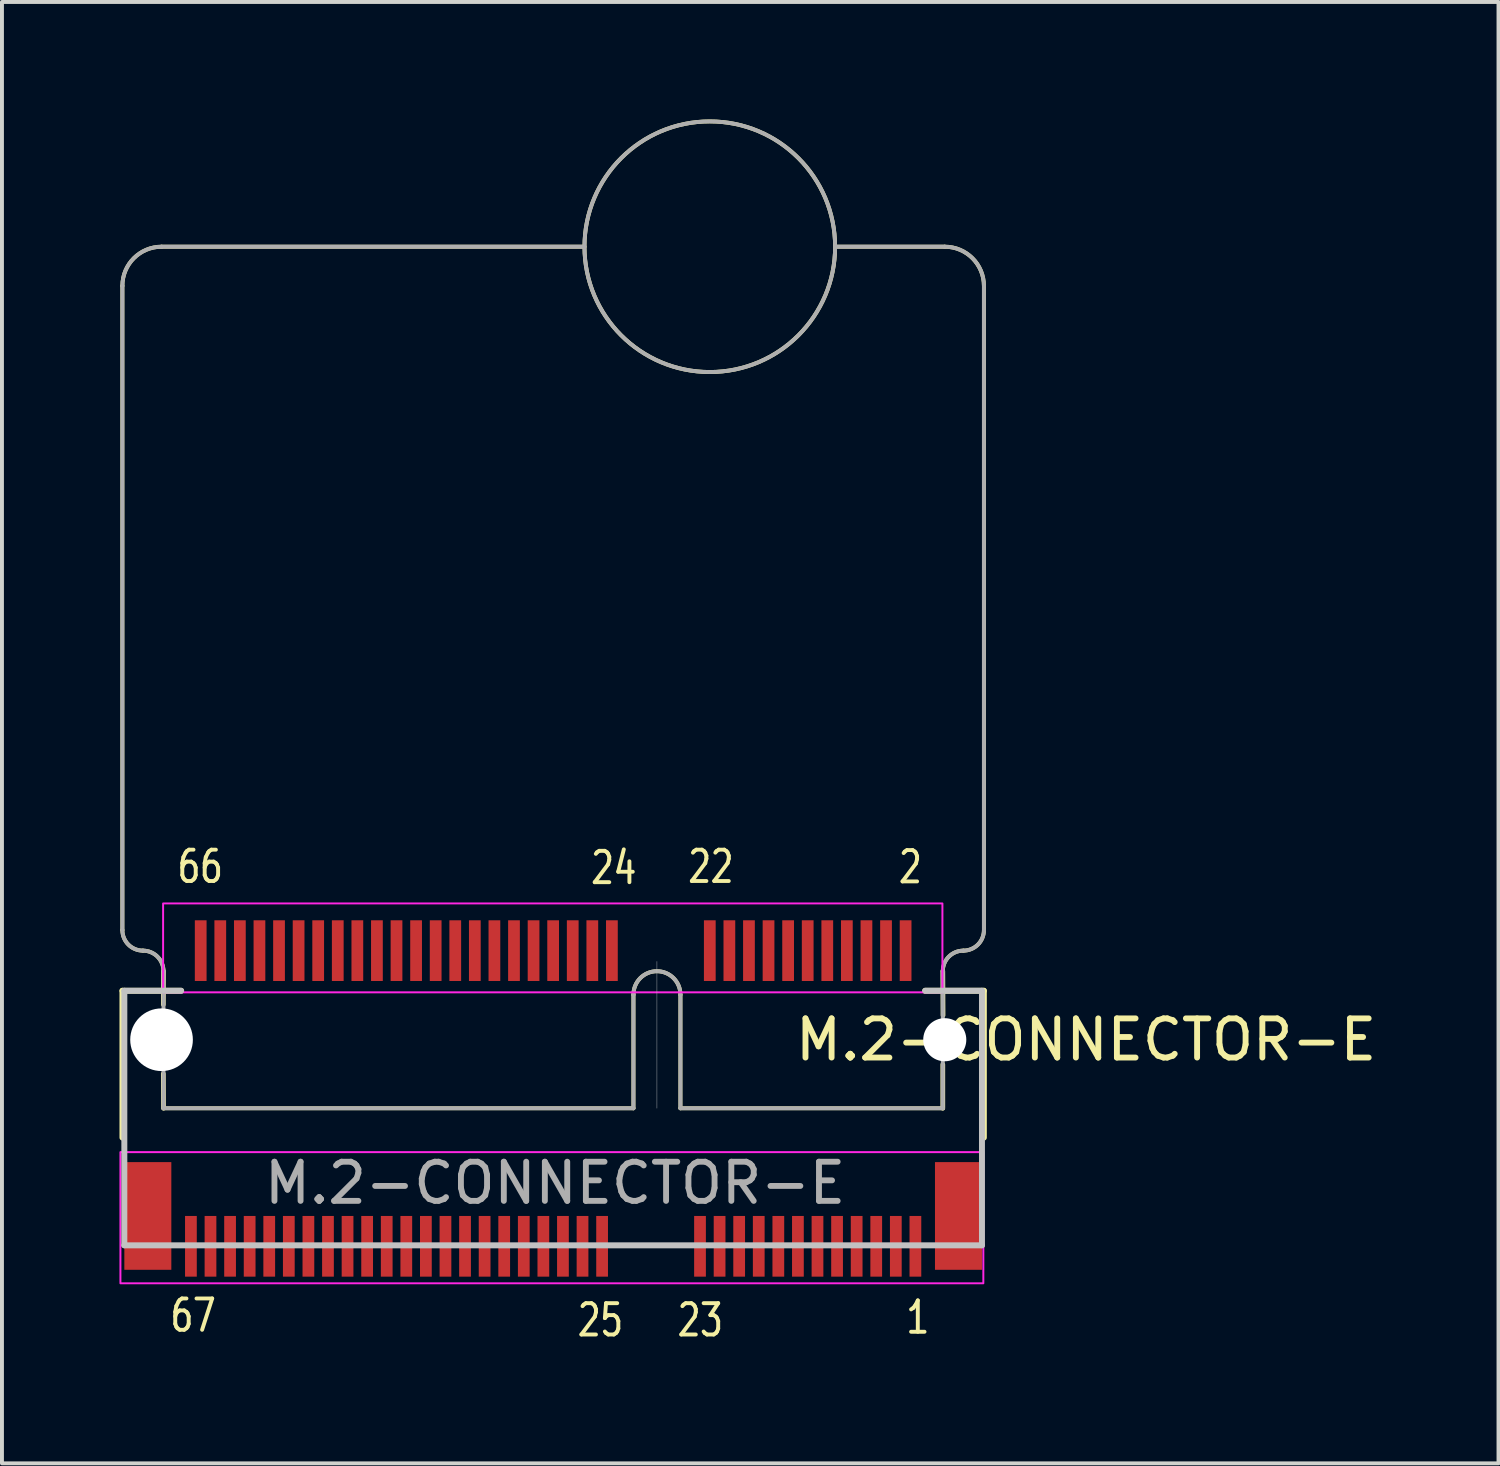
<source format=kicad_pcb>
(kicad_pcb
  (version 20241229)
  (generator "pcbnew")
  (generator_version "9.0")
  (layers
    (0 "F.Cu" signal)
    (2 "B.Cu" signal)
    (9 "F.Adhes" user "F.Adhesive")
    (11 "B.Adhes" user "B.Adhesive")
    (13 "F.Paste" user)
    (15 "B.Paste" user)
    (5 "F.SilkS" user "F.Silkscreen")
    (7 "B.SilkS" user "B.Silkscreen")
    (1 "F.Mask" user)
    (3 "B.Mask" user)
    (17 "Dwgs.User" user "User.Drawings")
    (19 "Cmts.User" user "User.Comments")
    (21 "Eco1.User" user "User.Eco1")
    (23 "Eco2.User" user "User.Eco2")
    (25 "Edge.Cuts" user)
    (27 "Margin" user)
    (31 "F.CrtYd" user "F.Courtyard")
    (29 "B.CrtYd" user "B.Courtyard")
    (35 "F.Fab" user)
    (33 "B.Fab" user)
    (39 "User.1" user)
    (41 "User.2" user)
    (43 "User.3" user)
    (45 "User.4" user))
  (footprint "M.2-CONNECTOR-E"
    (layer "F.Cu")
    (at 11.075 23.5)
    (property "Reference" "M.2-CONNECTOR-E" (at 13.61 0 0) (layer "F.SilkS") (effects (font (size 1 1) (thickness 0.15))))
    (attr smd)
    (fp_line (start -11 -19.25) (end -11 -2.8) (stroke (width 0.1) (type solid)) (layer "F.SilkS"))
    (fp_line (start -10.998 2.499) (end -10.998 -1.25) (stroke (width 0.152) (type solid)) (layer "F.SilkS"))
    (fp_line (start -9.95 -1.75) (end -9.954 -0.898) (stroke (width 0.12) (type default)) (layer "F.SilkS"))
    (fp_line (start -9.95 1.75) (end -9.954 0.868) (stroke (width 0.12) (type default)) (layer "F.SilkS"))
    (fp_line (start -9.5 -1.25) (end -10.998 -1.25) (stroke (width 0.152) (type solid)) (layer "F.SilkS"))
    (fp_line (start 0.8 -20.25) (end -10 -20.25) (stroke (width 0.1) (type solid)) (layer "F.SilkS"))
    (fp_line (start 2.05 -1.15) (end 2.05 1.75) (stroke (width 0.1) (type solid)) (layer "F.SilkS"))
    (fp_line (start 2.05 1.75) (end -9.95 1.75) (stroke (width 0.1) (type solid)) (layer "F.SilkS"))
    (fp_line (start 3.25 -1.15) (end 3.25 1.75) (stroke (width 0.1) (type solid)) (layer "F.SilkS"))
    (fp_line (start 9.95 -1.75) (end 9.956 -0.624) (stroke (width 0.12) (type default)) (layer "F.SilkS"))
    (fp_line (start 9.95 1.75) (end 3.25 1.75) (stroke (width 0.1) (type solid)) (layer "F.SilkS"))
    (fp_line (start 9.95 1.75) (end 9.95 0.632) (stroke (width 0.12) (type default)) (layer "F.SilkS"))
    (fp_line (start 10 -20.25) (end 7.2 -20.25) (stroke (width 0.1) (type solid)) (layer "F.SilkS"))
    (fp_line (start 10.998 -1.25) (end 9.5 -1.25) (stroke (width 0.152) (type solid)) (layer "F.SilkS"))
    (fp_line (start 10.998 2.499) (end 10.998 -1.25) (stroke (width 0.152) (type solid)) (layer "F.SilkS"))
    (fp_line (start 11 -19.25) (end 11 -2.8) (stroke (width 0.1) (type solid)) (layer "F.SilkS"))
    (fp_arc (start -11 -19.25) (mid -10.707105 -19.957104) (end -10 -20.25) (stroke (width 0.1) (type solid)) (layer "F.SilkS"))
    (fp_arc (start -10.475 -2.275) (mid -10.846231 -2.428769) (end -11 -2.8) (stroke (width 0.1) (type solid)) (layer "F.SilkS"))
    (fp_arc (start -10.475 -2.275) (mid -10.103769 -2.121231) (end -9.95 -1.75) (stroke (width 0.1) (type solid)) (layer "F.SilkS"))
    (fp_arc (start 2.05 -1.15) (mid 2.65 -1.75) (end 3.25 -1.15) (stroke (width 0.1) (type solid)) (layer "F.SilkS"))
    (fp_arc (start 9.95 -1.75) (mid 10.103769 -2.121231) (end 10.475 -2.275) (stroke (width 0.1) (type solid)) (layer "F.SilkS"))
    (fp_arc (start 10 -20.25) (mid 10.707106 -19.957107) (end 11 -19.25) (stroke (width 0.1) (type solid)) (layer "F.SilkS"))
    (fp_arc (start 11 -2.8) (mid 10.846232 -2.428768) (end 10.475 -2.275) (stroke (width 0.1) (type solid)) (layer "F.SilkS"))
    (fp_circle (center 4 -20.25) (end 7.2 -20.25) (stroke (width 0.1) (type default)) (fill no) (layer "F.SilkS"))
    (fp_line (start -9.398 4.399) (end -9.098 4.399) (stroke (width 0.066) (type solid)) (layer "F.Paste"))
    (fp_line (start -9.398 6.149) (end -9.398 4.399) (stroke (width 0.066) (type solid)) (layer "F.Paste"))
    (fp_line (start -9.398 6.149) (end -9.098 6.149) (stroke (width 0.066) (type solid)) (layer "F.Paste"))
    (fp_line (start -9.149 -3.15) (end -8.849 -3.15) (stroke (width 0.066) (type solid)) (layer "F.Paste"))
    (fp_line (start -9.149 -1.4) (end -9.149 -3.15) (stroke (width 0.066) (type solid)) (layer "F.Paste"))
    (fp_line (start -9.149 -1.4) (end -8.849 -1.4) (stroke (width 0.066) (type solid)) (layer "F.Paste"))
    (fp_line (start -9.098 6.149) (end -9.098 4.399) (stroke (width 0.066) (type solid)) (layer "F.Paste"))
    (fp_line (start -8.898 4.399) (end -8.598 4.399) (stroke (width 0.066) (type solid)) (layer "F.Paste"))
    (fp_line (start -8.898 6.149) (end -8.898 4.399) (stroke (width 0.066) (type solid)) (layer "F.Paste"))
    (fp_line (start -8.898 6.149) (end -8.598 6.149) (stroke (width 0.066) (type solid)) (layer "F.Paste"))
    (fp_line (start -8.849 -1.4) (end -8.849 -3.15) (stroke (width 0.066) (type solid)) (layer "F.Paste"))
    (fp_line (start -8.649 -3.15) (end -8.349 -3.15) (stroke (width 0.066) (type solid)) (layer "F.Paste"))
    (fp_line (start -8.649 -1.4) (end -8.649 -3.15) (stroke (width 0.066) (type solid)) (layer "F.Paste"))
    (fp_line (start -8.649 -1.4) (end -8.349 -1.4) (stroke (width 0.066) (type solid)) (layer "F.Paste"))
    (fp_line (start -8.598 6.149) (end -8.598 4.399) (stroke (width 0.066) (type solid)) (layer "F.Paste"))
    (fp_line (start -8.4 4.399) (end -8.098 4.399) (stroke (width 0.066) (type solid)) (layer "F.Paste"))
    (fp_line (start -8.4 6.149) (end -8.4 4.399) (stroke (width 0.066) (type solid)) (layer "F.Paste"))
    (fp_line (start -8.4 6.149) (end -8.098 6.149) (stroke (width 0.066) (type solid)) (layer "F.Paste"))
    (fp_line (start -8.349 -1.4) (end -8.349 -3.15) (stroke (width 0.066) (type solid)) (layer "F.Paste"))
    (fp_line (start -8.148 -3.15) (end -7.849 -3.15) (stroke (width 0.066) (type solid)) (layer "F.Paste"))
    (fp_line (start -8.148 -1.4) (end -8.148 -3.15) (stroke (width 0.066) (type solid)) (layer "F.Paste"))
    (fp_line (start -8.148 -1.4) (end -7.849 -1.4) (stroke (width 0.066) (type solid)) (layer "F.Paste"))
    (fp_line (start -8.098 6.149) (end -8.098 4.399) (stroke (width 0.066) (type solid)) (layer "F.Paste"))
    (fp_line (start -7.899 4.399) (end -7.6 4.399) (stroke (width 0.066) (type solid)) (layer "F.Paste"))
    (fp_line (start -7.899 6.149) (end -7.899 4.399) (stroke (width 0.066) (type solid)) (layer "F.Paste"))
    (fp_line (start -7.899 6.149) (end -7.6 6.149) (stroke (width 0.066) (type solid)) (layer "F.Paste"))
    (fp_line (start -7.849 -1.4) (end -7.849 -3.15) (stroke (width 0.066) (type solid)) (layer "F.Paste"))
    (fp_line (start -7.648 -3.15) (end -7.348 -3.15) (stroke (width 0.066) (type solid)) (layer "F.Paste"))
    (fp_line (start -7.648 -1.4) (end -7.648 -3.15) (stroke (width 0.066) (type solid)) (layer "F.Paste"))
    (fp_line (start -7.648 -1.4) (end -7.348 -1.4) (stroke (width 0.066) (type solid)) (layer "F.Paste"))
    (fp_line (start -7.6 6.149) (end -7.6 4.399) (stroke (width 0.066) (type solid)) (layer "F.Paste"))
    (fp_line (start -7.399 4.399) (end -7.099 4.399) (stroke (width 0.066) (type solid)) (layer "F.Paste"))
    (fp_line (start -7.399 6.149) (end -7.399 4.399) (stroke (width 0.066) (type solid)) (layer "F.Paste"))
    (fp_line (start -7.399 6.149) (end -7.099 6.149) (stroke (width 0.066) (type solid)) (layer "F.Paste"))
    (fp_line (start -7.348 -1.4) (end -7.348 -3.15) (stroke (width 0.066) (type solid)) (layer "F.Paste"))
    (fp_line (start -7.148 -3.15) (end -6.848 -3.15) (stroke (width 0.066) (type solid)) (layer "F.Paste"))
    (fp_line (start -7.148 -1.4) (end -7.148 -3.15) (stroke (width 0.066) (type solid)) (layer "F.Paste"))
    (fp_line (start -7.148 -1.4) (end -6.848 -1.4) (stroke (width 0.066) (type solid)) (layer "F.Paste"))
    (fp_line (start -7.099 6.149) (end -7.099 4.399) (stroke (width 0.066) (type solid)) (layer "F.Paste"))
    (fp_line (start -6.899 4.399) (end -6.599 4.399) (stroke (width 0.066) (type solid)) (layer "F.Paste"))
    (fp_line (start -6.899 6.149) (end -6.899 4.399) (stroke (width 0.066) (type solid)) (layer "F.Paste"))
    (fp_line (start -6.899 6.149) (end -6.599 6.149) (stroke (width 0.066) (type solid)) (layer "F.Paste"))
    (fp_line (start -6.848 -1.4) (end -6.848 -3.15) (stroke (width 0.066) (type solid)) (layer "F.Paste"))
    (fp_line (start -6.65 -3.15) (end -6.35 -3.15) (stroke (width 0.066) (type solid)) (layer "F.Paste"))
    (fp_line (start -6.65 -1.4) (end -6.65 -3.15) (stroke (width 0.066) (type solid)) (layer "F.Paste"))
    (fp_line (start -6.65 -1.4) (end -6.35 -1.4) (stroke (width 0.066) (type solid)) (layer "F.Paste"))
    (fp_line (start -6.599 6.149) (end -6.599 4.399) (stroke (width 0.066) (type solid)) (layer "F.Paste"))
    (fp_line (start -6.398 4.399) (end -6.099 4.399) (stroke (width 0.066) (type solid)) (layer "F.Paste"))
    (fp_line (start -6.398 6.149) (end -6.398 4.399) (stroke (width 0.066) (type solid)) (layer "F.Paste"))
    (fp_line (start -6.398 6.149) (end -6.099 6.149) (stroke (width 0.066) (type solid)) (layer "F.Paste"))
    (fp_line (start -6.35 -1.4) (end -6.35 -3.15) (stroke (width 0.066) (type solid)) (layer "F.Paste"))
    (fp_line (start -6.149 -3.15) (end -5.85 -3.15) (stroke (width 0.066) (type solid)) (layer "F.Paste"))
    (fp_line (start -6.149 -1.4) (end -6.149 -3.15) (stroke (width 0.066) (type solid)) (layer "F.Paste"))
    (fp_line (start -6.149 -1.4) (end -5.85 -1.4) (stroke (width 0.066) (type solid)) (layer "F.Paste"))
    (fp_line (start -6.099 6.149) (end -6.099 4.399) (stroke (width 0.066) (type solid)) (layer "F.Paste"))
    (fp_line (start -5.898 4.399) (end -5.598 4.399) (stroke (width 0.066) (type solid)) (layer "F.Paste"))
    (fp_line (start -5.898 6.149) (end -5.898 4.399) (stroke (width 0.066) (type solid)) (layer "F.Paste"))
    (fp_line (start -5.898 6.149) (end -5.598 6.149) (stroke (width 0.066) (type solid)) (layer "F.Paste"))
    (fp_line (start -5.85 -1.4) (end -5.85 -3.15) (stroke (width 0.066) (type solid)) (layer "F.Paste"))
    (fp_line (start -5.649 -3.15) (end -5.349 -3.15) (stroke (width 0.066) (type solid)) (layer "F.Paste"))
    (fp_line (start -5.649 -1.4) (end -5.649 -3.15) (stroke (width 0.066) (type solid)) (layer "F.Paste"))
    (fp_line (start -5.649 -1.4) (end -5.349 -1.4) (stroke (width 0.066) (type solid)) (layer "F.Paste"))
    (fp_line (start -5.598 6.149) (end -5.598 4.399) (stroke (width 0.066) (type solid)) (layer "F.Paste"))
    (fp_line (start -5.397 4.399) (end -5.098 4.399) (stroke (width 0.066) (type solid)) (layer "F.Paste"))
    (fp_line (start -5.397 6.149) (end -5.397 4.399) (stroke (width 0.066) (type solid)) (layer "F.Paste"))
    (fp_line (start -5.397 6.149) (end -5.098 6.149) (stroke (width 0.066) (type solid)) (layer "F.Paste"))
    (fp_line (start -5.349 -1.4) (end -5.349 -3.15) (stroke (width 0.066) (type solid)) (layer "F.Paste"))
    (fp_line (start -5.149 -3.15) (end -4.849 -3.15) (stroke (width 0.066) (type solid)) (layer "F.Paste"))
    (fp_line (start -5.149 -1.4) (end -5.149 -3.15) (stroke (width 0.066) (type solid)) (layer "F.Paste"))
    (fp_line (start -5.149 -1.4) (end -4.849 -1.4) (stroke (width 0.066) (type solid)) (layer "F.Paste"))
    (fp_line (start -5.098 6.149) (end -5.098 4.399) (stroke (width 0.066) (type solid)) (layer "F.Paste"))
    (fp_line (start -4.9 4.399) (end -4.6 4.399) (stroke (width 0.066) (type solid)) (layer "F.Paste"))
    (fp_line (start -4.9 6.149) (end -4.9 4.399) (stroke (width 0.066) (type solid)) (layer "F.Paste"))
    (fp_line (start -4.9 6.149) (end -4.6 6.149) (stroke (width 0.066) (type solid)) (layer "F.Paste"))
    (fp_line (start -4.849 -1.4) (end -4.849 -3.15) (stroke (width 0.066) (type solid)) (layer "F.Paste"))
    (fp_line (start -4.648 -3.15) (end -4.348 -3.15) (stroke (width 0.066) (type solid)) (layer "F.Paste"))
    (fp_line (start -4.648 -1.4) (end -4.648 -3.15) (stroke (width 0.066) (type solid)) (layer "F.Paste"))
    (fp_line (start -4.648 -1.4) (end -4.348 -1.4) (stroke (width 0.066) (type solid)) (layer "F.Paste"))
    (fp_line (start -4.6 6.149) (end -4.6 4.399) (stroke (width 0.066) (type solid)) (layer "F.Paste"))
    (fp_line (start -4.399 4.399) (end -4.1 4.399) (stroke (width 0.066) (type solid)) (layer "F.Paste"))
    (fp_line (start -4.399 6.149) (end -4.399 4.399) (stroke (width 0.066) (type solid)) (layer "F.Paste"))
    (fp_line (start -4.399 6.149) (end -4.1 6.149) (stroke (width 0.066) (type solid)) (layer "F.Paste"))
    (fp_line (start -4.348 -1.4) (end -4.348 -3.15) (stroke (width 0.066) (type solid)) (layer "F.Paste"))
    (fp_line (start -4.148 -3.15) (end -3.848 -3.15) (stroke (width 0.066) (type solid)) (layer "F.Paste"))
    (fp_line (start -4.148 -1.4) (end -4.148 -3.15) (stroke (width 0.066) (type solid)) (layer "F.Paste"))
    (fp_line (start -4.148 -1.4) (end -3.848 -1.4) (stroke (width 0.066) (type solid)) (layer "F.Paste"))
    (fp_line (start -4.1 6.149) (end -4.1 4.399) (stroke (width 0.066) (type solid)) (layer "F.Paste"))
    (fp_line (start -3.899 4.399) (end -3.599 4.399) (stroke (width 0.066) (type solid)) (layer "F.Paste"))
    (fp_line (start -3.899 6.149) (end -3.899 4.399) (stroke (width 0.066) (type solid)) (layer "F.Paste"))
    (fp_line (start -3.899 6.149) (end -3.599 6.149) (stroke (width 0.066) (type solid)) (layer "F.Paste"))
    (fp_line (start -3.848 -1.4) (end -3.848 -3.15) (stroke (width 0.066) (type solid)) (layer "F.Paste"))
    (fp_line (start -3.65 -3.15) (end -3.348 -3.15) (stroke (width 0.066) (type solid)) (layer "F.Paste"))
    (fp_line (start -3.65 -1.4) (end -3.65 -3.15) (stroke (width 0.066) (type solid)) (layer "F.Paste"))
    (fp_line (start -3.65 -1.4) (end -3.348 -1.4) (stroke (width 0.066) (type solid)) (layer "F.Paste"))
    (fp_line (start -3.599 6.149) (end -3.599 4.399) (stroke (width 0.066) (type solid)) (layer "F.Paste"))
    (fp_line (start -3.399 4.399) (end -3.099 4.399) (stroke (width 0.066) (type solid)) (layer "F.Paste"))
    (fp_line (start -3.399 6.149) (end -3.399 4.399) (stroke (width 0.066) (type solid)) (layer "F.Paste"))
    (fp_line (start -3.399 6.149) (end -3.099 6.149) (stroke (width 0.066) (type solid)) (layer "F.Paste"))
    (fp_line (start -3.348 -1.4) (end -3.348 -3.15) (stroke (width 0.066) (type solid)) (layer "F.Paste"))
    (fp_line (start -3.15 -3.15) (end -2.85 -3.15) (stroke (width 0.066) (type solid)) (layer "F.Paste"))
    (fp_line (start -3.15 -1.4) (end -3.15 -3.15) (stroke (width 0.066) (type solid)) (layer "F.Paste"))
    (fp_line (start -3.15 -1.4) (end -2.85 -1.4) (stroke (width 0.066) (type solid)) (layer "F.Paste"))
    (fp_line (start -3.099 6.149) (end -3.099 4.399) (stroke (width 0.066) (type solid)) (layer "F.Paste"))
    (fp_line (start -2.898 4.399) (end -2.598 4.399) (stroke (width 0.066) (type solid)) (layer "F.Paste"))
    (fp_line (start -2.898 6.149) (end -2.898 4.399) (stroke (width 0.066) (type solid)) (layer "F.Paste"))
    (fp_line (start -2.898 6.149) (end -2.598 6.149) (stroke (width 0.066) (type solid)) (layer "F.Paste"))
    (fp_line (start -2.85 -1.4) (end -2.85 -3.15) (stroke (width 0.066) (type solid)) (layer "F.Paste"))
    (fp_line (start -2.649 -3.15) (end -2.349 -3.15) (stroke (width 0.066) (type solid)) (layer "F.Paste"))
    (fp_line (start -2.649 -1.4) (end -2.649 -3.15) (stroke (width 0.066) (type solid)) (layer "F.Paste"))
    (fp_line (start -2.649 -1.4) (end -2.349 -1.4) (stroke (width 0.066) (type solid)) (layer "F.Paste"))
    (fp_line (start -2.598 6.149) (end -2.598 4.399) (stroke (width 0.066) (type solid)) (layer "F.Paste"))
    (fp_line (start -2.398 4.399) (end -2.098 4.399) (stroke (width 0.066) (type solid)) (layer "F.Paste"))
    (fp_line (start -2.398 6.149) (end -2.398 4.399) (stroke (width 0.066) (type solid)) (layer "F.Paste"))
    (fp_line (start -2.398 6.149) (end -2.098 6.149) (stroke (width 0.066) (type solid)) (layer "F.Paste"))
    (fp_line (start -2.349 -1.4) (end -2.349 -3.15) (stroke (width 0.066) (type solid)) (layer "F.Paste"))
    (fp_line (start -2.149 -3.15) (end -1.849 -3.15) (stroke (width 0.066) (type solid)) (layer "F.Paste"))
    (fp_line (start -2.149 -1.4) (end -2.149 -3.15) (stroke (width 0.066) (type solid)) (layer "F.Paste"))
    (fp_line (start -2.149 -1.4) (end -1.849 -1.4) (stroke (width 0.066) (type solid)) (layer "F.Paste"))
    (fp_line (start -2.098 6.149) (end -2.098 4.399) (stroke (width 0.066) (type solid)) (layer "F.Paste"))
    (fp_line (start -1.9 4.399) (end -1.598 4.399) (stroke (width 0.066) (type solid)) (layer "F.Paste"))
    (fp_line (start -1.9 6.149) (end -1.9 4.399) (stroke (width 0.066) (type solid)) (layer "F.Paste"))
    (fp_line (start -1.9 6.149) (end -1.598 6.149) (stroke (width 0.066) (type solid)) (layer "F.Paste"))
    (fp_line (start -1.849 -1.4) (end -1.849 -3.15) (stroke (width 0.066) (type solid)) (layer "F.Paste"))
    (fp_line (start -1.648 -3.15) (end -1.349 -3.15) (stroke (width 0.066) (type solid)) (layer "F.Paste"))
    (fp_line (start -1.648 -1.4) (end -1.648 -3.15) (stroke (width 0.066) (type solid)) (layer "F.Paste"))
    (fp_line (start -1.648 -1.4) (end -1.349 -1.4) (stroke (width 0.066) (type solid)) (layer "F.Paste"))
    (fp_line (start -1.598 6.149) (end -1.598 4.399) (stroke (width 0.066) (type solid)) (layer "F.Paste"))
    (fp_line (start -1.4 4.399) (end -1.1 4.399) (stroke (width 0.066) (type solid)) (layer "F.Paste"))
    (fp_line (start -1.4 6.149) (end -1.4 4.399) (stroke (width 0.066) (type solid)) (layer "F.Paste"))
    (fp_line (start -1.4 6.149) (end -1.1 6.149) (stroke (width 0.066) (type solid)) (layer "F.Paste"))
    (fp_line (start -1.349 -1.4) (end -1.349 -3.15) (stroke (width 0.066) (type solid)) (layer "F.Paste"))
    (fp_line (start -1.148 -3.15) (end -0.848 -3.15) (stroke (width 0.066) (type solid)) (layer "F.Paste"))
    (fp_line (start -1.148 -1.4) (end -1.148 -3.15) (stroke (width 0.066) (type solid)) (layer "F.Paste"))
    (fp_line (start -1.148 -1.4) (end -0.848 -1.4) (stroke (width 0.066) (type solid)) (layer "F.Paste"))
    (fp_line (start -1.1 6.149) (end -1.1 4.399) (stroke (width 0.066) (type solid)) (layer "F.Paste"))
    (fp_line (start -0.899 4.399) (end -0.599 4.399) (stroke (width 0.066) (type solid)) (layer "F.Paste"))
    (fp_line (start -0.899 6.149) (end -0.899 4.399) (stroke (width 0.066) (type solid)) (layer "F.Paste"))
    (fp_line (start -0.899 6.149) (end -0.599 6.149) (stroke (width 0.066) (type solid)) (layer "F.Paste"))
    (fp_line (start -0.848 -1.4) (end -0.848 -3.15) (stroke (width 0.066) (type solid)) (layer "F.Paste"))
    (fp_line (start -0.648 -3.15) (end -0.348 -3.15) (stroke (width 0.066) (type solid)) (layer "F.Paste"))
    (fp_line (start -0.648 -1.4) (end -0.648 -3.15) (stroke (width 0.066) (type solid)) (layer "F.Paste"))
    (fp_line (start -0.648 -1.4) (end -0.348 -1.4) (stroke (width 0.066) (type solid)) (layer "F.Paste"))
    (fp_line (start -0.599 6.149) (end -0.599 4.399) (stroke (width 0.066) (type solid)) (layer "F.Paste"))
    (fp_line (start -0.399 4.399) (end -0.099 4.399) (stroke (width 0.066) (type solid)) (layer "F.Paste"))
    (fp_line (start -0.399 6.149) (end -0.399 4.399) (stroke (width 0.066) (type solid)) (layer "F.Paste"))
    (fp_line (start -0.399 6.149) (end -0.099 6.149) (stroke (width 0.066) (type solid)) (layer "F.Paste"))
    (fp_line (start -0.348 -1.4) (end -0.348 -3.15) (stroke (width 0.066) (type solid)) (layer "F.Paste"))
    (fp_line (start -0.15 -3.15) (end 0.15 -3.15) (stroke (width 0.066) (type solid)) (layer "F.Paste"))
    (fp_line (start -0.15 -1.4) (end -0.15 -3.15) (stroke (width 0.066) (type solid)) (layer "F.Paste"))
    (fp_line (start -0.15 -1.4) (end 0.15 -1.4) (stroke (width 0.066) (type solid)) (layer "F.Paste"))
    (fp_line (start -0.099 6.149) (end -0.099 4.399) (stroke (width 0.066) (type solid)) (layer "F.Paste"))
    (fp_line (start 0.099 4.399) (end 0.399 4.399) (stroke (width 0.066) (type solid)) (layer "F.Paste"))
    (fp_line (start 0.099 6.149) (end 0.099 4.399) (stroke (width 0.066) (type solid)) (layer "F.Paste"))
    (fp_line (start 0.099 6.149) (end 0.399 6.149) (stroke (width 0.066) (type solid)) (layer "F.Paste"))
    (fp_line (start 0.15 -1.4) (end 0.15 -3.15) (stroke (width 0.066) (type solid)) (layer "F.Paste"))
    (fp_line (start 0.348 -3.15) (end 0.648 -3.15) (stroke (width 0.066) (type solid)) (layer "F.Paste"))
    (fp_line (start 0.348 -1.4) (end 0.348 -3.15) (stroke (width 0.066) (type solid)) (layer "F.Paste"))
    (fp_line (start 0.348 -1.4) (end 0.648 -1.4) (stroke (width 0.066) (type solid)) (layer "F.Paste"))
    (fp_line (start 0.399 6.149) (end 0.399 4.399) (stroke (width 0.066) (type solid)) (layer "F.Paste"))
    (fp_line (start 0.599 4.399) (end 0.899 4.399) (stroke (width 0.066) (type solid)) (layer "F.Paste"))
    (fp_line (start 0.599 6.149) (end 0.599 4.399) (stroke (width 0.066) (type solid)) (layer "F.Paste"))
    (fp_line (start 0.599 6.149) (end 0.899 6.149) (stroke (width 0.066) (type solid)) (layer "F.Paste"))
    (fp_line (start 0.648 -1.4) (end 0.648 -3.15) (stroke (width 0.066) (type solid)) (layer "F.Paste"))
    (fp_line (start 0.848 -3.15) (end 1.148 -3.15) (stroke (width 0.066) (type solid)) (layer "F.Paste"))
    (fp_line (start 0.848 -1.4) (end 0.848 -3.15) (stroke (width 0.066) (type solid)) (layer "F.Paste"))
    (fp_line (start 0.848 -1.4) (end 1.148 -1.4) (stroke (width 0.066) (type solid)) (layer "F.Paste"))
    (fp_line (start 0.899 6.149) (end 0.899 4.399) (stroke (width 0.066) (type solid)) (layer "F.Paste"))
    (fp_line (start 1.1 4.399) (end 1.4 4.399) (stroke (width 0.066) (type solid)) (layer "F.Paste"))
    (fp_line (start 1.1 6.149) (end 1.1 4.399) (stroke (width 0.066) (type solid)) (layer "F.Paste"))
    (fp_line (start 1.1 6.149) (end 1.4 6.149) (stroke (width 0.066) (type solid)) (layer "F.Paste"))
    (fp_line (start 1.148 -1.4) (end 1.148 -3.15) (stroke (width 0.066) (type solid)) (layer "F.Paste"))
    (fp_line (start 1.349 -3.15) (end 1.648 -3.15) (stroke (width 0.066) (type solid)) (layer "F.Paste"))
    (fp_line (start 1.349 -1.4) (end 1.349 -3.15) (stroke (width 0.066) (type solid)) (layer "F.Paste"))
    (fp_line (start 1.349 -1.4) (end 1.648 -1.4) (stroke (width 0.066) (type solid)) (layer "F.Paste"))
    (fp_line (start 1.4 6.149) (end 1.4 4.399) (stroke (width 0.066) (type solid)) (layer "F.Paste"))
    (fp_line (start 1.648 -1.4) (end 1.648 -3.15) (stroke (width 0.066) (type solid)) (layer "F.Paste"))
    (fp_line (start 3.599 4.399) (end 3.899 4.399) (stroke (width 0.066) (type solid)) (layer "F.Paste"))
    (fp_line (start 3.599 6.149) (end 3.599 4.399) (stroke (width 0.066) (type solid)) (layer "F.Paste"))
    (fp_line (start 3.599 6.149) (end 3.899 6.149) (stroke (width 0.066) (type solid)) (layer "F.Paste"))
    (fp_line (start 3.848 -3.15) (end 4.148 -3.15) (stroke (width 0.066) (type solid)) (layer "F.Paste"))
    (fp_line (start 3.848 -1.4) (end 3.848 -3.15) (stroke (width 0.066) (type solid)) (layer "F.Paste"))
    (fp_line (start 3.848 -1.4) (end 4.148 -1.4) (stroke (width 0.066) (type solid)) (layer "F.Paste"))
    (fp_line (start 3.899 6.149) (end 3.899 4.399) (stroke (width 0.066) (type solid)) (layer "F.Paste"))
    (fp_line (start 4.1 4.399) (end 4.399 4.399) (stroke (width 0.066) (type solid)) (layer "F.Paste"))
    (fp_line (start 4.1 6.149) (end 4.1 4.399) (stroke (width 0.066) (type solid)) (layer "F.Paste"))
    (fp_line (start 4.1 6.149) (end 4.399 6.149) (stroke (width 0.066) (type solid)) (layer "F.Paste"))
    (fp_line (start 4.148 -1.4) (end 4.148 -3.15) (stroke (width 0.066) (type solid)) (layer "F.Paste"))
    (fp_line (start 4.348 -3.15) (end 4.648 -3.15) (stroke (width 0.066) (type solid)) (layer "F.Paste"))
    (fp_line (start 4.348 -1.4) (end 4.348 -3.15) (stroke (width 0.066) (type solid)) (layer "F.Paste"))
    (fp_line (start 4.348 -1.4) (end 4.648 -1.4) (stroke (width 0.066) (type solid)) (layer "F.Paste"))
    (fp_line (start 4.399 6.149) (end 4.399 4.399) (stroke (width 0.066) (type solid)) (layer "F.Paste"))
    (fp_line (start 4.6 4.399) (end 4.9 4.399) (stroke (width 0.066) (type solid)) (layer "F.Paste"))
    (fp_line (start 4.6 6.149) (end 4.6 4.399) (stroke (width 0.066) (type solid)) (layer "F.Paste"))
    (fp_line (start 4.6 6.149) (end 4.9 6.149) (stroke (width 0.066) (type solid)) (layer "F.Paste"))
    (fp_line (start 4.648 -1.4) (end 4.648 -3.15) (stroke (width 0.066) (type solid)) (layer "F.Paste"))
    (fp_line (start 4.849 -3.15) (end 5.149 -3.15) (stroke (width 0.066) (type solid)) (layer "F.Paste"))
    (fp_line (start 4.849 -1.4) (end 4.849 -3.15) (stroke (width 0.066) (type solid)) (layer "F.Paste"))
    (fp_line (start 4.849 -1.4) (end 5.149 -1.4) (stroke (width 0.066) (type solid)) (layer "F.Paste"))
    (fp_line (start 4.9 6.149) (end 4.9 4.399) (stroke (width 0.066) (type solid)) (layer "F.Paste"))
    (fp_line (start 5.098 4.399) (end 5.397 4.399) (stroke (width 0.066) (type solid)) (layer "F.Paste"))
    (fp_line (start 5.098 6.149) (end 5.098 4.399) (stroke (width 0.066) (type solid)) (layer "F.Paste"))
    (fp_line (start 5.098 6.149) (end 5.397 6.149) (stroke (width 0.066) (type solid)) (layer "F.Paste"))
    (fp_line (start 5.149 -1.4) (end 5.149 -3.15) (stroke (width 0.066) (type solid)) (layer "F.Paste"))
    (fp_line (start 5.349 -3.15) (end 5.649 -3.15) (stroke (width 0.066) (type solid)) (layer "F.Paste"))
    (fp_line (start 5.349 -1.4) (end 5.349 -3.15) (stroke (width 0.066) (type solid)) (layer "F.Paste"))
    (fp_line (start 5.349 -1.4) (end 5.649 -1.4) (stroke (width 0.066) (type solid)) (layer "F.Paste"))
    (fp_line (start 5.397 6.149) (end 5.397 4.399) (stroke (width 0.066) (type solid)) (layer "F.Paste"))
    (fp_line (start 5.598 4.399) (end 5.898 4.399) (stroke (width 0.066) (type solid)) (layer "F.Paste"))
    (fp_line (start 5.598 6.149) (end 5.598 4.399) (stroke (width 0.066) (type solid)) (layer "F.Paste"))
    (fp_line (start 5.598 6.149) (end 5.898 6.149) (stroke (width 0.066) (type solid)) (layer "F.Paste"))
    (fp_line (start 5.649 -1.4) (end 5.649 -3.15) (stroke (width 0.066) (type solid)) (layer "F.Paste"))
    (fp_line (start 5.85 -3.15) (end 6.149 -3.15) (stroke (width 0.066) (type solid)) (layer "F.Paste"))
    (fp_line (start 5.85 -1.4) (end 5.85 -3.15) (stroke (width 0.066) (type solid)) (layer "F.Paste"))
    (fp_line (start 5.85 -1.4) (end 6.149 -1.4) (stroke (width 0.066) (type solid)) (layer "F.Paste"))
    (fp_line (start 5.898 6.149) (end 5.898 4.399) (stroke (width 0.066) (type solid)) (layer "F.Paste"))
    (fp_line (start 6.099 4.399) (end 6.398 4.399) (stroke (width 0.066) (type solid)) (layer "F.Paste"))
    (fp_line (start 6.099 6.149) (end 6.099 4.399) (stroke (width 0.066) (type solid)) (layer "F.Paste"))
    (fp_line (start 6.099 6.149) (end 6.398 6.149) (stroke (width 0.066) (type solid)) (layer "F.Paste"))
    (fp_line (start 6.149 -1.4) (end 6.149 -3.15) (stroke (width 0.066) (type solid)) (layer "F.Paste"))
    (fp_line (start 6.35 -3.15) (end 6.65 -3.15) (stroke (width 0.066) (type solid)) (layer "F.Paste"))
    (fp_line (start 6.35 -1.4) (end 6.35 -3.15) (stroke (width 0.066) (type solid)) (layer "F.Paste"))
    (fp_line (start 6.35 -1.4) (end 6.65 -1.4) (stroke (width 0.066) (type solid)) (layer "F.Paste"))
    (fp_line (start 6.398 6.149) (end 6.398 4.399) (stroke (width 0.066) (type solid)) (layer "F.Paste"))
    (fp_line (start 6.599 4.399) (end 6.899 4.399) (stroke (width 0.066) (type solid)) (layer "F.Paste"))
    (fp_line (start 6.599 6.149) (end 6.599 4.399) (stroke (width 0.066) (type solid)) (layer "F.Paste"))
    (fp_line (start 6.599 6.149) (end 6.899 6.149) (stroke (width 0.066) (type solid)) (layer "F.Paste"))
    (fp_line (start 6.65 -1.4) (end 6.65 -3.15) (stroke (width 0.066) (type solid)) (layer "F.Paste"))
    (fp_line (start 6.848 -3.15) (end 7.148 -3.15) (stroke (width 0.066) (type solid)) (layer "F.Paste"))
    (fp_line (start 6.848 -1.4) (end 6.848 -3.15) (stroke (width 0.066) (type solid)) (layer "F.Paste"))
    (fp_line (start 6.848 -1.4) (end 7.148 -1.4) (stroke (width 0.066) (type solid)) (layer "F.Paste"))
    (fp_line (start 6.899 6.149) (end 6.899 4.399) (stroke (width 0.066) (type solid)) (layer "F.Paste"))
    (fp_line (start 7.099 4.399) (end 7.399 4.399) (stroke (width 0.066) (type solid)) (layer "F.Paste"))
    (fp_line (start 7.099 6.149) (end 7.099 4.399) (stroke (width 0.066) (type solid)) (layer "F.Paste"))
    (fp_line (start 7.099 6.149) (end 7.399 6.149) (stroke (width 0.066) (type solid)) (layer "F.Paste"))
    (fp_line (start 7.148 -1.4) (end 7.148 -3.15) (stroke (width 0.066) (type solid)) (layer "F.Paste"))
    (fp_line (start 7.348 -3.15) (end 7.648 -3.15) (stroke (width 0.066) (type solid)) (layer "F.Paste"))
    (fp_line (start 7.348 -1.4) (end 7.348 -3.15) (stroke (width 0.066) (type solid)) (layer "F.Paste"))
    (fp_line (start 7.348 -1.4) (end 7.648 -1.4) (stroke (width 0.066) (type solid)) (layer "F.Paste"))
    (fp_line (start 7.399 6.149) (end 7.399 4.399) (stroke (width 0.066) (type solid)) (layer "F.Paste"))
    (fp_line (start 7.6 4.399) (end 7.899 4.399) (stroke (width 0.066) (type solid)) (layer "F.Paste"))
    (fp_line (start 7.6 6.149) (end 7.6 4.399) (stroke (width 0.066) (type solid)) (layer "F.Paste"))
    (fp_line (start 7.6 6.149) (end 7.899 6.149) (stroke (width 0.066) (type solid)) (layer "F.Paste"))
    (fp_line (start 7.648 -1.4) (end 7.648 -3.15) (stroke (width 0.066) (type solid)) (layer "F.Paste"))
    (fp_line (start 7.849 -3.15) (end 8.148 -3.15) (stroke (width 0.066) (type solid)) (layer "F.Paste"))
    (fp_line (start 7.849 -1.4) (end 7.849 -3.15) (stroke (width 0.066) (type solid)) (layer "F.Paste"))
    (fp_line (start 7.849 -1.4) (end 8.148 -1.4) (stroke (width 0.066) (type solid)) (layer "F.Paste"))
    (fp_line (start 7.899 6.149) (end 7.899 4.399) (stroke (width 0.066) (type solid)) (layer "F.Paste"))
    (fp_line (start 8.098 4.399) (end 8.4 4.399) (stroke (width 0.066) (type solid)) (layer "F.Paste"))
    (fp_line (start 8.098 6.149) (end 8.098 4.399) (stroke (width 0.066) (type solid)) (layer "F.Paste"))
    (fp_line (start 8.098 6.149) (end 8.4 6.149) (stroke (width 0.066) (type solid)) (layer "F.Paste"))
    (fp_line (start 8.148 -1.4) (end 8.148 -3.15) (stroke (width 0.066) (type solid)) (layer "F.Paste"))
    (fp_line (start 8.349 -3.15) (end 8.649 -3.15) (stroke (width 0.066) (type solid)) (layer "F.Paste"))
    (fp_line (start 8.349 -1.4) (end 8.349 -3.15) (stroke (width 0.066) (type solid)) (layer "F.Paste"))
    (fp_line (start 8.349 -1.4) (end 8.649 -1.4) (stroke (width 0.066) (type solid)) (layer "F.Paste"))
    (fp_line (start 8.4 6.149) (end 8.4 4.399) (stroke (width 0.066) (type solid)) (layer "F.Paste"))
    (fp_line (start 8.598 4.399) (end 8.898 4.399) (stroke (width 0.066) (type solid)) (layer "F.Paste"))
    (fp_line (start 8.598 6.149) (end 8.598 4.399) (stroke (width 0.066) (type solid)) (layer "F.Paste"))
    (fp_line (start 8.598 6.149) (end 8.898 6.149) (stroke (width 0.066) (type solid)) (layer "F.Paste"))
    (fp_line (start 8.649 -1.4) (end 8.649 -3.15) (stroke (width 0.066) (type solid)) (layer "F.Paste"))
    (fp_line (start 8.849 -3.15) (end 9.149 -3.15) (stroke (width 0.066) (type solid)) (layer "F.Paste"))
    (fp_line (start 8.849 -1.4) (end 8.849 -3.15) (stroke (width 0.066) (type solid)) (layer "F.Paste"))
    (fp_line (start 8.849 -1.4) (end 9.149 -1.4) (stroke (width 0.066) (type solid)) (layer "F.Paste"))
    (fp_line (start 8.898 6.149) (end 8.898 4.399) (stroke (width 0.066) (type solid)) (layer "F.Paste"))
    (fp_line (start 9.098 4.399) (end 9.398 4.399) (stroke (width 0.066) (type solid)) (layer "F.Paste"))
    (fp_line (start 9.098 6.149) (end 9.098 4.399) (stroke (width 0.066) (type solid)) (layer "F.Paste"))
    (fp_line (start 9.098 6.149) (end 9.398 6.149) (stroke (width 0.066) (type solid)) (layer "F.Paste"))
    (fp_line (start 9.149 -1.4) (end 9.149 -3.15) (stroke (width 0.066) (type solid)) (layer "F.Paste"))
    (fp_line (start 9.398 6.149) (end 9.398 4.399) (stroke (width 0.066) (type solid)) (layer "F.Paste"))
    (fp_line (start -10.95 -1.25) (end -10.95 5.248) (stroke (width 0.152) (type solid)) (layer "Dwgs.User"))
    (fp_line (start -10.95 5.25) (end 10.95 5.25) (stroke (width 0.152) (type solid)) (layer "Dwgs.User"))
    (fp_line (start -9.5 -1.25) (end -10.95 -1.25) (stroke (width 0.152) (type solid)) (layer "Dwgs.User"))
    (fp_line (start 2.65 -2) (end 2.65 1.75) (stroke (width 0.01) (type default)) (layer "Dwgs.User"))
    (fp_line (start 10.95 -1.25) (end 9.5 -1.25) (stroke (width 0.152) (type solid)) (layer "Dwgs.User"))
    (fp_line (start 10.95 5.248) (end 10.95 -1.25) (stroke (width 0.152) (type solid)) (layer "Dwgs.User"))
    (fp_rect (start -11.05 2.87) (end 10.985 6.22) (stroke (width 0.05) (type default)) (fill no) (layer "F.CrtYd"))
    (fp_rect (start 9.94 -3.48) (end -9.96 -1.21) (stroke (width 0.05) (type default)) (fill no) (layer "F.CrtYd"))
    (fp_line (start -11 -19.25) (end -11 -2.8) (stroke (width 0.1) (type solid)) (layer "F.Fab"))
    (fp_line (start -9.95 1.75) (end -9.95 -1.75) (stroke (width 0.1) (type solid)) (layer "F.Fab"))
    (fp_line (start 0.8 -20.25) (end -10 -20.25) (stroke (width 0.1) (type solid)) (layer "F.Fab"))
    (fp_line (start 2.05 -1.15) (end 2.05 1.75) (stroke (width 0.1) (type solid)) (layer "F.Fab"))
    (fp_line (start 2.05 1.75) (end -9.95 1.75) (stroke (width 0.1) (type solid)) (layer "F.Fab"))
    (fp_line (start 3.25 -1.15) (end 3.25 1.75) (stroke (width 0.1) (type solid)) (layer "F.Fab"))
    (fp_line (start 9.95 -1.75) (end 9.95 1.75) (stroke (width 0.1) (type solid)) (layer "F.Fab"))
    (fp_line (start 9.95 1.75) (end 3.25 1.75) (stroke (width 0.1) (type solid)) (layer "F.Fab"))
    (fp_line (start 10 -20.25) (end 7.2 -20.25) (stroke (width 0.1) (type solid)) (layer "F.Fab"))
    (fp_line (start 11 -19.25) (end 11 -2.8) (stroke (width 0.1) (type solid)) (layer "F.Fab"))
    (fp_arc (start -11 -19.25) (mid -10.707104 -19.957104) (end -10 -20.25) (stroke (width 0.1) (type solid)) (layer "F.Fab"))
    (fp_arc (start -10.475 -2.275) (mid -10.846231 -2.428769) (end -11 -2.8) (stroke (width 0.1) (type solid)) (layer "F.Fab"))
    (fp_arc (start -10.475 -2.275) (mid -10.103769 -2.121231) (end -9.95 -1.75) (stroke (width 0.1) (type solid)) (layer "F.Fab"))
    (fp_arc (start 2.05 -1.15) (mid 2.65 -1.75) (end 3.25 -1.15) (stroke (width 0.1) (type solid)) (layer "F.Fab"))
    (fp_arc (start 9.95 -1.75) (mid 10.103769 -2.121231) (end 10.475 -2.275) (stroke (width 0.1) (type solid)) (layer "F.Fab"))
    (fp_arc (start 10 -20.25) (mid 10.707106 -19.957107) (end 11 -19.25) (stroke (width 0.1) (type solid)) (layer "F.Fab"))
    (fp_arc (start 11 -2.8) (mid 10.846231 -2.428769) (end 10.475 -2.275) (stroke (width 0.1) (type solid)) (layer "F.Fab"))
    (fp_circle (center 4 -20.25) (end 7.2 -20.25) (stroke (width 0.1) (type default)) (fill no) (layer "F.Fab"))
    (fp_text user "67" (at -9.83 7.51 0) (unlocked yes) (layer "F.SilkS") (effects (font (size 0.8 0.6) (thickness 0.1)) (justify left bottom)))
    (fp_text user "25" (at 0.57 7.63 0) (unlocked yes) (layer "F.SilkS") (effects (font (size 0.8 0.6) (thickness 0.1)) (justify left bottom)))
    (fp_text user "1" (at 8.96 7.56 0) (unlocked yes) (layer "F.SilkS") (effects (font (size 0.8 0.6) (thickness 0.1)) (justify left bottom)))
    (fp_text user "22" (at 3.39 -3.95 0) (unlocked yes) (layer "F.SilkS") (effects (font (size 0.8 0.6) (thickness 0.1)) (justify left bottom)))
    (fp_text user "23" (at 3.12 7.63 0) (unlocked yes) (layer "F.SilkS") (effects (font (size 0.8 0.6) (thickness 0.1)) (justify left bottom)))
    (fp_text user "2" (at 8.77 -3.94 0) (unlocked yes) (layer "F.SilkS") (effects (font (size 0.8 0.6) (thickness 0.1)) (justify left bottom)))
    (fp_text user "66" (at -9.65 -3.95 0) (unlocked yes) (layer "F.SilkS") (effects (font (size 0.8 0.6) (thickness 0.1)) (justify left bottom)))
    (fp_text user "24" (at 0.91 -3.92 0) (unlocked yes) (layer "F.SilkS") (effects (font (size 0.8 0.6) (thickness 0.1)) (justify left bottom)))
    (fp_text user "${REFERENCE}" (at 0.05 3.66 0) (layer "F.Fab") (effects (font (size 1 1) (thickness 0.15))))
    (pad "" np_thru_hole circle (at -10 0) (size 1.6 1.6) (drill 1.6) (layers "*.Cu" "*.Mask"))
    (pad "" np_thru_hole circle (at 10 0) (size 1.1 1.1) (drill 1.1) (layers "*.Cu" "*.Mask"))
    (pad "1" smd rect (at 9.25 5.275) (size 0.3 1.55) (layers "F.Cu" "F.Mask" "F.Paste"))
    (pad "2" smd rect (at 9 -2.275) (size 0.3 1.55) (layers "F.Cu" "F.Mask" "F.Paste"))
    (pad "3" smd rect (at 8.75 5.275) (size 0.3 1.55) (layers "F.Cu" "F.Mask" "F.Paste"))
    (pad "4" smd rect (at 8.5 -2.275) (size 0.3 1.55) (layers "F.Cu" "F.Mask" "F.Paste"))
    (pad "5" smd rect (at 8.25 5.275) (size 0.3 1.55) (layers "F.Cu" "F.Mask" "F.Paste"))
    (pad "6" smd rect (at 8 -2.275) (size 0.3 1.55) (layers "F.Cu" "F.Mask" "F.Paste"))
    (pad "7" smd rect (at 7.75 5.275) (size 0.3 1.55) (layers "F.Cu" "F.Mask" "F.Paste"))
    (pad "8" smd rect (at 7.5 -2.275) (size 0.3 1.55) (layers "F.Cu" "F.Mask" "F.Paste"))
    (pad "9" smd rect (at 7.25 5.275) (size 0.3 1.55) (layers "F.Cu" "F.Mask" "F.Paste"))
    (pad "10" smd rect (at 7 -2.275) (size 0.3 1.55) (layers "F.Cu" "F.Mask" "F.Paste"))
    (pad "11" smd rect (at 6.75 5.275) (size 0.3 1.55) (layers "F.Cu" "F.Mask" "F.Paste"))
    (pad "12" smd rect (at 6.5 -2.275) (size 0.3 1.55) (layers "F.Cu" "F.Mask" "F.Paste"))
    (pad "13" smd rect (at 6.25 5.275) (size 0.3 1.55) (layers "F.Cu" "F.Mask" "F.Paste"))
    (pad "14" smd rect (at 6 -2.275) (size 0.3 1.55) (layers "F.Cu" "F.Mask" "F.Paste"))
    (pad "15" smd rect (at 5.75 5.275) (size 0.3 1.55) (layers "F.Cu" "F.Mask" "F.Paste"))
    (pad "16" smd rect (at 5.5 -2.275) (size 0.3 1.55) (layers "F.Cu" "F.Mask" "F.Paste"))
    (pad "17" smd rect (at 5.25 5.275) (size 0.3 1.55) (layers "F.Cu" "F.Mask" "F.Paste"))
    (pad "18" smd rect (at 5 -2.275) (size 0.3 1.55) (layers "F.Cu" "F.Mask" "F.Paste"))
    (pad "19" smd rect (at 4.75 5.275) (size 0.3 1.55) (layers "F.Cu" "F.Mask" "F.Paste"))
    (pad "20" smd rect (at 4.5 -2.275) (size 0.3 1.55) (layers "F.Cu" "F.Mask" "F.Paste"))
    (pad "21" smd rect (at 4.25 5.275) (size 0.3 1.55) (layers "F.Cu" "F.Mask" "F.Paste"))
    (pad "22" smd rect (at 4 -2.275) (size 0.3 1.55) (layers "F.Cu" "F.Mask" "F.Paste"))
    (pad "23" smd rect (at 3.75 5.275) (size 0.3 1.55) (layers "F.Cu" "F.Mask" "F.Paste"))
    (pad "32" smd rect (at 1.5 -2.275) (size 0.3 1.55) (layers "F.Cu" "F.Mask" "F.Paste"))
    (pad "33" smd rect (at 1.25 5.275) (size 0.3 1.55) (layers "F.Cu" "F.Mask" "F.Paste"))
    (pad "34" smd rect (at 1 -2.275) (size 0.3 1.55) (layers "F.Cu" "F.Mask" "F.Paste"))
    (pad "35" smd rect (at 0.75 5.275) (size 0.3 1.55) (layers "F.Cu" "F.Mask" "F.Paste"))
    (pad "36" smd rect (at 0.5 -2.275) (size 0.3 1.55) (layers "F.Cu" "F.Mask" "F.Paste"))
    (pad "37" smd rect (at 0.25 5.275) (size 0.3 1.55) (layers "F.Cu" "F.Mask" "F.Paste"))
    (pad "38" smd rect (at 0 -2.275) (size 0.3 1.55) (layers "F.Cu" "F.Mask" "F.Paste"))
    (pad "39" smd rect (at -0.25 5.275) (size 0.3 1.55) (layers "F.Cu" "F.Mask" "F.Paste"))
    (pad "40" smd rect (at -0.5 -2.275) (size 0.3 1.55) (layers "F.Cu" "F.Mask" "F.Paste"))
    (pad "41" smd rect (at -0.75 5.275) (size 0.3 1.55) (layers "F.Cu" "F.Mask" "F.Paste"))
    (pad "42" smd rect (at -1 -2.275) (size 0.3 1.55) (layers "F.Cu" "F.Mask" "F.Paste"))
    (pad "43" smd rect (at -1.25 5.275) (size 0.3 1.55) (layers "F.Cu" "F.Mask" "F.Paste"))
    (pad "44" smd rect (at -1.5 -2.275) (size 0.3 1.55) (layers "F.Cu" "F.Mask" "F.Paste"))
    (pad "45" smd rect (at -1.75 5.275) (size 0.3 1.55) (layers "F.Cu" "F.Mask" "F.Paste"))
    (pad "46" smd rect (at -2 -2.275) (size 0.3 1.55) (layers "F.Cu" "F.Mask" "F.Paste"))
    (pad "47" smd rect (at -2.25 5.275) (size 0.3 1.55) (layers "F.Cu" "F.Mask" "F.Paste"))
    (pad "48" smd rect (at -2.5 -2.275) (size 0.3 1.55) (layers "F.Cu" "F.Mask" "F.Paste"))
    (pad "49" smd rect (at -2.75 5.275) (size 0.3 1.55) (layers "F.Cu" "F.Mask" "F.Paste"))
    (pad "50" smd rect (at -3 -2.275) (size 0.3 1.55) (layers "F.Cu" "F.Mask" "F.Paste"))
    (pad "51" smd rect (at -3.25 5.275) (size 0.3 1.55) (layers "F.Cu" "F.Mask" "F.Paste"))
    (pad "52" smd rect (at -3.5 -2.275) (size 0.3 1.55) (layers "F.Cu" "F.Mask" "F.Paste"))
    (pad "53" smd rect (at -3.75 5.275) (size 0.3 1.55) (layers "F.Cu" "F.Mask" "F.Paste"))
    (pad "54" smd rect (at -4 -2.275) (size 0.3 1.55) (layers "F.Cu" "F.Mask" "F.Paste"))
    (pad "55" smd rect (at -4.25 5.275) (size 0.3 1.55) (layers "F.Cu" "F.Mask" "F.Paste"))
    (pad "56" smd rect (at -4.5 -2.275) (size 0.3 1.55) (layers "F.Cu" "F.Mask" "F.Paste"))
    (pad "57" smd rect (at -4.75 5.275) (size 0.3 1.55) (layers "F.Cu" "F.Mask" "F.Paste"))
    (pad "58" smd rect (at -5 -2.275) (size 0.3 1.55) (layers "F.Cu" "F.Mask" "F.Paste"))
    (pad "59" smd rect (at -5.25 5.275) (size 0.3 1.55) (layers "F.Cu" "F.Mask" "F.Paste"))
    (pad "60" smd rect (at -5.5 -2.275) (size 0.3 1.55) (layers "F.Cu" "F.Mask" "F.Paste"))
    (pad "61" smd rect (at -5.75 5.275) (size 0.3 1.55) (layers "F.Cu" "F.Mask" "F.Paste"))
    (pad "62" smd rect (at -6 -2.275) (size 0.3 1.55) (layers "F.Cu" "F.Mask" "F.Paste"))
    (pad "63" smd rect (at -6.25 5.275) (size 0.3 1.55) (layers "F.Cu" "F.Mask" "F.Paste"))
    (pad "64" smd rect (at -6.5 -2.275) (size 0.3 1.55) (layers "F.Cu" "F.Mask" "F.Paste"))
    (pad "65" smd rect (at -6.75 5.275) (size 0.3 1.55) (layers "F.Cu" "F.Mask" "F.Paste"))
    (pad "66" smd rect (at -7 -2.275) (size 0.3 1.55) (layers "F.Cu" "F.Mask" "F.Paste"))
    (pad "67" smd rect (at -7.25 5.275) (size 0.3 1.55) (layers "F.Cu" "F.Mask" "F.Paste"))
    (pad "68" smd rect (at -7.5 -2.275) (size 0.3 1.55) (layers "F.Cu" "F.Mask" "F.Paste"))
    (pad "69" smd rect (at -7.75 5.275) (size 0.3 1.55) (layers "F.Cu" "F.Mask" "F.Paste"))
    (pad "70" smd rect (at -8 -2.275) (size 0.3 1.55) (layers "F.Cu" "F.Mask" "F.Paste"))
    (pad "71" smd rect (at -8.25 5.275) (size 0.3 1.55) (layers "F.Cu" "F.Mask" "F.Paste"))
    (pad "72" smd rect (at -8.5 -2.275) (size 0.3 1.55) (layers "F.Cu" "F.Mask" "F.Paste"))
    (pad "73" smd rect (at -8.75 5.275) (size 0.3 1.55) (layers "F.Cu" "F.Mask" "F.Paste"))
    (pad "74" smd rect (at -9 -2.275) (size 0.3 1.55) (layers "F.Cu" "F.Mask" "F.Paste"))
    (pad "75" smd rect (at -9.25 5.275) (size 0.3 1.55) (layers "F.Cu" "F.Mask" "F.Paste"))
    (pad "A1" smd rect (at 10.35 4.5) (size 1.2 2.75) (layers "F.Cu" "F.Mask" "F.Paste"))
    (pad "A2" smd rect (at -10.35 4.5) (size 1.2 2.75) (layers "F.Cu" "F.Mask" "F.Paste")))
  (gr_rect
    (start -3 -3)
    (end 35.215 34.317)
    (stroke (width 0.1) (type default))
    (fill no)
    (layer "Edge.Cuts")))
</source>
